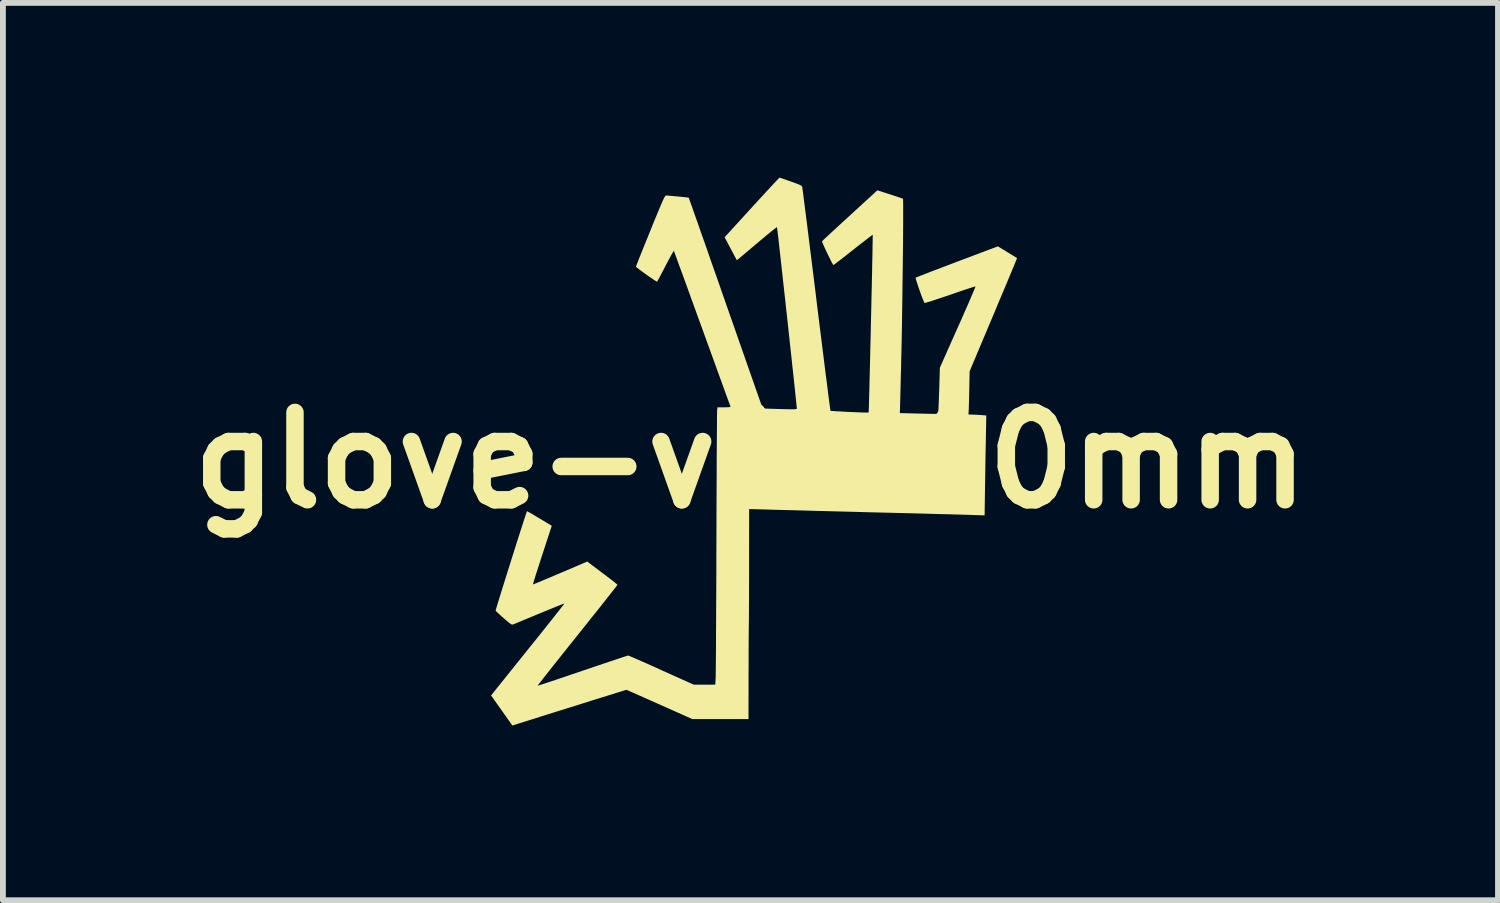
<source format=kicad_pcb>
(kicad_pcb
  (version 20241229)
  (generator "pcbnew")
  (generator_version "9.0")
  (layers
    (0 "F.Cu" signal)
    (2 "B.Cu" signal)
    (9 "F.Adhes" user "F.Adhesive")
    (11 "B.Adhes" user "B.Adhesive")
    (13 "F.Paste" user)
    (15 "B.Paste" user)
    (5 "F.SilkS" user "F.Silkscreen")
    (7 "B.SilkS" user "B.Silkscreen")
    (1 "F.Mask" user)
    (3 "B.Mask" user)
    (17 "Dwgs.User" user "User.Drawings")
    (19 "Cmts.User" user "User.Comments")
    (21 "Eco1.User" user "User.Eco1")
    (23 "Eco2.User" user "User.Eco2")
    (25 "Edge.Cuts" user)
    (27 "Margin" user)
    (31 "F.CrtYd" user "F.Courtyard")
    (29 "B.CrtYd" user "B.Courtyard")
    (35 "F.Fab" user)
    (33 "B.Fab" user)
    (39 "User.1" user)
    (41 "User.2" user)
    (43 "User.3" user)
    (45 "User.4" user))
  (footprint "glove-v1-10mm"
    (layer "F.Cu")
    (at 9.836 4.853)
    (property "Reference" "glove-v1-10mm" (at 0 0 0) (layer "F.SilkS") (effects (font (size 1.5 1.5) (thickness 0.3))))
    (attr board_only exclude_from_pos_files exclude_from_bom)
    (fp_poly (pts (xy 0.512 -4.849) (xy 0.543 -4.839) (xy 0.588 -4.824) (xy 0.643 -4.804) (xy 0.694 -4.786) (xy 0.762 -4.762) (xy 0.811 -4.743) (xy 0.845 -4.729) (xy 0.867 -4.718) (xy 0.879 -4.707) (xy 0.886 -4.696) (xy 0.889 -4.687) (xy 0.891 -4.672) (xy 0.896 -4.636) (xy 0.904 -4.58) (xy 0.913 -4.505) (xy 0.925 -4.412) (xy 0.939 -4.302) (xy 0.955 -4.177) (xy 0.973 -4.038) (xy 0.992 -3.885) (xy 1.012 -3.721) (xy 1.034 -3.546) (xy 1.057 -3.362) (xy 1.081 -3.17) (xy 1.106 -2.97) (xy 1.131 -2.765) (xy 1.132 -2.756) (xy 1.157 -2.551) (xy 1.182 -2.352) (xy 1.206 -2.16) (xy 1.229 -1.976) (xy 1.251 -1.803) (xy 1.271 -1.64) (xy 1.29 -1.489) (xy 1.308 -1.351) (xy 1.324 -1.227) (xy 1.337 -1.119) (xy 1.349 -1.027) (xy 1.359 -0.954) (xy 1.366 -0.899) (xy 1.371 -0.864) (xy 1.374 -0.851) (xy 1.374 -0.851) (xy 1.386 -0.848) (xy 1.418 -0.846) (xy 1.466 -0.842) (xy 1.525 -0.839) (xy 1.593 -0.835) (xy 1.667 -0.831) (xy 1.742 -0.828) (xy 1.815 -0.825) (xy 1.882 -0.822) (xy 1.941 -0.82) (xy 1.988 -0.819) (xy 2.018 -0.82) (xy 2.029 -0.821) (xy 2.03 -0.832) (xy 2.031 -0.865) (xy 2.033 -0.917) (xy 2.035 -0.988) (xy 2.037 -1.074) (xy 2.04 -1.175) (xy 2.043 -1.29) (xy 2.046 -1.416) (xy 2.049 -1.551) (xy 2.053 -1.695) (xy 2.056 -1.846) (xy 2.06 -2.001) (xy 2.064 -2.161) (xy 2.067 -2.322) (xy 2.071 -2.483) (xy 2.075 -2.643) (xy 2.078 -2.8) (xy 2.082 -2.952) (xy 2.085 -3.098) (xy 2.088 -3.236) (xy 2.09 -3.365) (xy 2.093 -3.483) (xy 2.095 -3.589) (xy 2.096 -3.68) (xy 2.098 -3.755) (xy 2.098 -3.813) (xy 2.099 -3.852) (xy 2.099 -3.87) (xy 2.099 -3.872) (xy 2.089 -3.866) (xy 2.064 -3.847) (xy 2.025 -3.818) (xy 1.974 -3.778) (xy 1.913 -3.731) (xy 1.844 -3.678) (xy 1.77 -3.619) (xy 1.764 -3.614) (xy 1.688 -3.555) (xy 1.619 -3.5) (xy 1.557 -3.452) (xy 1.504 -3.412) (xy 1.463 -3.38) (xy 1.436 -3.36) (xy 1.424 -3.353) (xy 1.424 -3.353) (xy 1.416 -3.362) (xy 1.401 -3.389) (xy 1.38 -3.429) (xy 1.356 -3.478) (xy 1.329 -3.532) (xy 1.302 -3.588) (xy 1.277 -3.642) (xy 1.256 -3.69) (xy 1.239 -3.728) (xy 1.23 -3.752) (xy 1.229 -3.759) (xy 1.232 -3.762) (xy 1.239 -3.77) (xy 1.253 -3.784) (xy 1.272 -3.803) (xy 1.3 -3.828) (xy 1.336 -3.862) (xy 1.382 -3.905) (xy 1.439 -3.957) (xy 1.507 -4.02) (xy 1.588 -4.094) (xy 1.683 -4.181) (xy 1.793 -4.282) (xy 1.916 -4.395) (xy 2.179 -4.635) (xy 2.393 -4.567) (xy 2.46 -4.545) (xy 2.519 -4.525) (xy 2.567 -4.509) (xy 2.601 -4.496) (xy 2.618 -4.489) (xy 2.618 -4.489) (xy 2.62 -4.476) (xy 2.621 -4.442) (xy 2.622 -4.387) (xy 2.622 -4.313) (xy 2.622 -4.221) (xy 2.622 -4.113) (xy 2.621 -3.988) (xy 2.62 -3.849) (xy 2.619 -3.697) (xy 2.617 -3.533) (xy 2.615 -3.362) (xy 2.612 -3.134) (xy 2.609 -2.925) (xy 2.607 -2.734) (xy 2.604 -2.555) (xy 2.602 -2.388) (xy 2.599 -2.228) (xy 2.596 -2.072) (xy 2.593 -1.918) (xy 2.589 -1.763) (xy 2.586 -1.603) (xy 2.581 -1.435) (xy 2.577 -1.256) (xy 2.573 -1.101) (xy 2.565 -0.81) (xy 2.891 -0.802) (xy 2.975 -0.8) (xy 3.051 -0.798) (xy 3.117 -0.797) (xy 3.169 -0.797) (xy 3.205 -0.797) (xy 3.222 -0.798) (xy 3.222 -0.798) (xy 3.224 -0.81) (xy 3.226 -0.842) (xy 3.228 -0.892) (xy 3.231 -0.956) (xy 3.234 -1.033) (xy 3.237 -1.119) (xy 3.24 -1.197) (xy 3.252 -1.59) (xy 3.562 -2.287) (xy 3.615 -2.405) (xy 3.664 -2.517) (xy 3.71 -2.621) (xy 3.751 -2.715) (xy 3.787 -2.799) (xy 3.817 -2.869) (xy 3.84 -2.924) (xy 3.856 -2.963) (xy 3.864 -2.983) (xy 3.864 -2.986) (xy 3.852 -2.983) (xy 3.821 -2.974) (xy 3.773 -2.958) (xy 3.71 -2.938) (xy 3.636 -2.913) (xy 3.551 -2.884) (xy 3.459 -2.852) (xy 3.427 -2.841) (xy 3.332 -2.809) (xy 3.245 -2.78) (xy 3.167 -2.754) (xy 3.1 -2.732) (xy 3.047 -2.716) (xy 3.009 -2.705) (xy 2.99 -2.701) (xy 2.988 -2.702) (xy 2.98 -2.717) (xy 2.966 -2.75) (xy 2.948 -2.795) (xy 2.928 -2.848) (xy 2.907 -2.907) (xy 2.886 -2.966) (xy 2.868 -3.022) (xy 2.852 -3.07) (xy 2.841 -3.108) (xy 2.836 -3.13) (xy 2.836 -3.135) (xy 2.849 -3.141) (xy 2.88 -3.153) (xy 2.93 -3.173) (xy 2.995 -3.198) (xy 3.074 -3.229) (xy 3.166 -3.264) (xy 3.268 -3.303) (xy 3.379 -3.345) (xy 3.497 -3.39) (xy 3.547 -3.409) (xy 4.248 -3.673) (xy 4.411 -3.574) (xy 4.465 -3.541) (xy 4.512 -3.512) (xy 4.549 -3.49) (xy 4.571 -3.476) (xy 4.577 -3.472) (xy 4.573 -3.462) (xy 4.561 -3.432) (xy 4.542 -3.384) (xy 4.515 -3.319) (xy 4.482 -3.239) (xy 4.443 -3.146) (xy 4.399 -3.04) (xy 4.35 -2.924) (xy 4.297 -2.798) (xy 4.241 -2.665) (xy 4.183 -2.525) (xy 4.172 -2.499) (xy 3.763 -1.529) (xy 3.756 -1.182) (xy 3.754 -1.094) (xy 3.752 -1.013) (xy 3.75 -0.941) (xy 3.748 -0.882) (xy 3.746 -0.839) (xy 3.744 -0.814) (xy 3.744 -0.81) (xy 3.742 -0.795) (xy 3.75 -0.787) (xy 3.771 -0.784) (xy 3.798 -0.784) (xy 3.84 -0.783) (xy 3.893 -0.781) (xy 3.947 -0.777) (xy 3.954 -0.777) (xy 4.049 -0.769) (xy 4.042 -0.393) (xy 4.04 -0.292) (xy 4.038 -0.175) (xy 4.035 -0.045) (xy 4.033 0.091) (xy 4.031 0.227) (xy 4.029 0.358) (xy 4.027 0.465) (xy 4.02 0.946) (xy 3.797 0.939) (xy 3.753 0.937) (xy 3.688 0.936) (xy 3.605 0.933) (xy 3.505 0.93) (xy 3.39 0.927) (xy 3.262 0.924) (xy 3.124 0.92) (xy 2.977 0.916) (xy 2.823 0.912) (xy 2.664 0.908) (xy 2.502 0.904) (xy 2.472 0.903) (xy 2.304 0.899) (xy 2.136 0.895) (xy 1.968 0.891) (xy 1.804 0.886) (xy 1.646 0.882) (xy 1.497 0.878) (xy 1.358 0.875) (xy 1.232 0.871) (xy 1.122 0.869) (xy 1.03 0.866) (xy 0.96 0.864) (xy 0.849 0.861) (xy 0.731 0.858) (xy 0.611 0.855) (xy 0.495 0.852) (xy 0.388 0.849) (xy 0.296 0.846) (xy 0.264 0.845) (xy -0.023 0.838) (xy -0.024 1.822) (xy -0.024 1.97) (xy -0.025 2.111) (xy -0.025 2.245) (xy -0.025 2.368) (xy -0.026 2.48) (xy -0.026 2.579) (xy -0.027 2.663) (xy -0.027 2.73) (xy -0.028 2.78) (xy -0.028 2.81) (xy -0.028 2.818) (xy -0.029 2.831) (xy -0.029 2.865) (xy -0.03 2.918) (xy -0.03 2.988) (xy -0.031 3.074) (xy -0.031 3.173) (xy -0.032 3.284) (xy -0.032 3.404) (xy -0.032 3.533) (xy -0.033 3.637) (xy -0.034 4.444) (xy -0.516 4.444) (xy -0.998 4.444) (xy -1.563 4.192) (xy -2.128 3.941) (xy -2.175 3.955) (xy -2.194 3.961) (xy -2.233 3.973) (xy -2.29 3.99) (xy -2.362 4.013) (xy -2.448 4.04) (xy -2.545 4.07) (xy -2.652 4.103) (xy -2.767 4.139) (xy -2.887 4.177) (xy -3.01 4.216) (xy -3.136 4.255) (xy -3.261 4.294) (xy -3.383 4.332) (xy -3.501 4.369) (xy -3.612 4.404) (xy -3.715 4.437) (xy -3.808 4.466) (xy -3.888 4.491) (xy -3.954 4.511) (xy -4.003 4.527) (xy -4.033 4.537) (xy -4.042 4.539) (xy -4.088 4.555) (xy -4.214 4.377) (xy -4.258 4.315) (xy -4.302 4.252) (xy -4.343 4.195) (xy -4.377 4.147) (xy -4.397 4.119) (xy -4.454 4.038) (xy -3.823 3.251) (xy -3.729 3.135) (xy -3.64 3.024) (xy -3.556 2.919) (xy -3.479 2.821) (xy -3.408 2.733) (xy -3.346 2.654) (xy -3.294 2.588) (xy -3.251 2.533) (xy -3.22 2.493) (xy -3.201 2.468) (xy -3.196 2.46) (xy -3.207 2.463) (xy -3.237 2.474) (xy -3.283 2.492) (xy -3.344 2.517) (xy -3.416 2.546) (xy -3.499 2.58) (xy -3.589 2.617) (xy -3.626 2.632) (xy -3.719 2.671) (xy -3.807 2.707) (xy -3.886 2.74) (xy -3.955 2.769) (xy -4.011 2.792) (xy -4.051 2.809) (xy -4.074 2.818) (xy -4.077 2.819) (xy -4.089 2.821) (xy -4.103 2.818) (xy -4.123 2.806) (xy -4.151 2.785) (xy -4.19 2.753) (xy -4.239 2.71) (xy -4.285 2.669) (xy -4.325 2.633) (xy -4.355 2.605) (xy -4.372 2.587) (xy -4.376 2.582) (xy -4.373 2.569) (xy -4.363 2.536) (xy -4.348 2.485) (xy -4.328 2.42) (xy -4.304 2.341) (xy -4.276 2.25) (xy -4.245 2.15) (xy -4.211 2.042) (xy -4.176 1.93) (xy -4.139 1.813) (xy -4.102 1.695) (xy -4.065 1.578) (xy -4.029 1.464) (xy -3.994 1.354) (xy -3.961 1.25) (xy -3.93 1.155) (xy -3.903 1.071) (xy -3.88 0.999) (xy -3.861 0.942) (xy -3.847 0.901) (xy -3.839 0.879) (xy -3.837 0.875) (xy -3.825 0.881) (xy -3.796 0.896) (xy -3.754 0.92) (xy -3.702 0.951) (xy -3.642 0.987) (xy -3.62 1) (xy -3.412 1.125) (xy -3.576 1.626) (xy -3.609 1.728) (xy -3.64 1.824) (xy -3.668 1.91) (xy -3.692 1.985) (xy -3.711 2.047) (xy -3.725 2.093) (xy -3.734 2.123) (xy -3.736 2.132) (xy -3.725 2.128) (xy -3.695 2.117) (xy -3.649 2.098) (xy -3.588 2.073) (xy -3.515 2.042) (xy -3.431 2.007) (xy -3.34 1.968) (xy -3.268 1.938) (xy -2.803 1.739) (xy -2.544 1.934) (xy -2.477 1.984) (xy -2.417 2.03) (xy -2.365 2.07) (xy -2.324 2.103) (xy -2.297 2.126) (xy -2.285 2.137) (xy -2.284 2.138) (xy -2.291 2.148) (xy -2.311 2.175) (xy -2.344 2.217) (xy -2.388 2.273) (xy -2.442 2.341) (xy -2.505 2.422) (xy -2.577 2.513) (xy -2.657 2.613) (xy -2.743 2.72) (xy -2.834 2.835) (xy -2.93 2.955) (xy -2.972 3.008) (xy -3.07 3.13) (xy -3.163 3.246) (xy -3.251 3.357) (xy -3.333 3.46) (xy -3.408 3.554) (xy -3.475 3.639) (xy -3.533 3.712) (xy -3.58 3.773) (xy -3.617 3.82) (xy -3.642 3.853) (xy -3.655 3.869) (xy -3.656 3.871) (xy -3.645 3.868) (xy -3.614 3.859) (xy -3.565 3.843) (xy -3.499 3.821) (xy -3.419 3.795) (xy -3.326 3.764) (xy -3.222 3.729) (xy -3.108 3.69) (xy -2.987 3.649) (xy -2.883 3.614) (xy -2.756 3.571) (xy -2.636 3.53) (xy -2.523 3.492) (xy -2.42 3.457) (xy -2.328 3.427) (xy -2.249 3.4) (xy -2.185 3.379) (xy -2.138 3.364) (xy -2.109 3.355) (xy -2.1 3.353) (xy -2.087 3.357) (xy -2.056 3.37) (xy -2.007 3.391) (xy -1.944 3.418) (xy -1.868 3.452) (xy -1.781 3.49) (xy -1.685 3.533) (xy -1.582 3.579) (xy -1.53 3.603) (xy -0.974 3.853) (xy -0.789 3.853) (xy -0.605 3.853) (xy -0.598 3.742) (xy -0.597 3.719) (xy -0.597 3.675) (xy -0.596 3.611) (xy -0.595 3.527) (xy -0.594 3.425) (xy -0.593 3.307) (xy -0.592 3.172) (xy -0.592 3.023) (xy -0.591 2.861) (xy -0.59 2.686) (xy -0.589 2.5) (xy -0.588 2.304) (xy -0.587 2.099) (xy -0.586 1.887) (xy -0.586 1.668) (xy -0.585 1.444) (xy -0.585 1.404) (xy -0.584 1.18) (xy -0.584 0.961) (xy -0.583 0.75) (xy -0.582 0.547) (xy -0.581 0.353) (xy -0.58 0.169) (xy -0.58 -0.004) (xy -0.579 -0.164) (xy -0.578 -0.311) (xy -0.577 -0.443) (xy -0.576 -0.559) (xy -0.575 -0.659) (xy -0.575 -0.74) (xy -0.574 -0.802) (xy -0.573 -0.844) (xy -0.573 -0.865) (xy -0.572 -0.867) (xy -0.566 -0.909) (xy -0.452 -0.909) (xy -0.4 -0.91) (xy -0.367 -0.912) (xy -0.349 -0.915) (xy -0.344 -0.921) (xy -0.345 -0.926) (xy -0.349 -0.938) (xy -0.361 -0.971) (xy -0.38 -1.022) (xy -0.405 -1.091) (xy -0.436 -1.176) (xy -0.472 -1.276) (xy -0.513 -1.389) (xy -0.559 -1.515) (xy -0.608 -1.651) (xy -0.661 -1.797) (xy -0.717 -1.952) (xy -0.776 -2.113) (xy -0.83 -2.264) (xy -0.891 -2.43) (xy -0.949 -2.591) (xy -1.005 -2.744) (xy -1.057 -2.889) (xy -1.106 -3.024) (xy -1.151 -3.148) (xy -1.192 -3.259) (xy -1.228 -3.357) (xy -1.258 -3.44) (xy -1.282 -3.506) (xy -1.3 -3.555) (xy -1.311 -3.585) (xy -1.315 -3.595) (xy -1.322 -3.588) (xy -1.337 -3.563) (xy -1.36 -3.523) (xy -1.389 -3.471) (xy -1.422 -3.408) (xy -1.459 -3.338) (xy -1.496 -3.266) (xy -1.53 -3.202) (xy -1.559 -3.147) (xy -1.582 -3.104) (xy -1.597 -3.077) (xy -1.604 -3.067) (xy -1.615 -3.071) (xy -1.641 -3.087) (xy -1.679 -3.112) (xy -1.724 -3.143) (xy -1.773 -3.177) (xy -1.823 -3.213) (xy -1.871 -3.248) (xy -1.912 -3.279) (xy -1.944 -3.303) (xy -1.963 -3.32) (xy -1.966 -3.324) (xy -1.962 -3.336) (xy -1.95 -3.368) (xy -1.931 -3.417) (xy -1.906 -3.481) (xy -1.875 -3.558) (xy -1.839 -3.647) (xy -1.799 -3.746) (xy -1.756 -3.852) (xy -1.72 -3.941) (xy -1.668 -4.07) (xy -1.623 -4.18) (xy -1.585 -4.272) (xy -1.553 -4.347) (xy -1.527 -4.408) (xy -1.507 -4.455) (xy -1.49 -4.491) (xy -1.477 -4.516) (xy -1.467 -4.532) (xy -1.459 -4.542) (xy -1.453 -4.546) (xy -1.45 -4.546) (xy -1.427 -4.545) (xy -1.388 -4.542) (xy -1.338 -4.538) (xy -1.281 -4.532) (xy -1.223 -4.527) (xy -1.168 -4.521) (xy -1.12 -4.516) (xy -1.083 -4.512) (xy -1.063 -4.509) (xy -1.06 -4.508) (xy -1.056 -4.497) (xy -1.045 -4.465) (xy -1.027 -4.415) (xy -1.002 -4.346) (xy -0.972 -4.26) (xy -0.936 -4.158) (xy -0.895 -4.042) (xy -0.85 -3.912) (xy -0.799 -3.769) (xy -0.745 -3.615) (xy -0.688 -3.45) (xy -0.627 -3.276) (xy -0.563 -3.095) (xy -0.497 -2.906) (xy -0.429 -2.711) (xy -0.424 -2.697) (xy -0.356 -2.502) (xy -0.289 -2.313) (xy -0.226 -2.131) (xy -0.165 -1.957) (xy -0.107 -1.792) (xy -0.053 -1.637) (xy -0.003 -1.494) (xy 0.043 -1.363) (xy 0.084 -1.245) (xy 0.12 -1.143) (xy 0.151 -1.056) (xy 0.175 -0.987) (xy 0.193 -0.935) (xy 0.205 -0.902) (xy 0.209 -0.89) (xy 0.209 -0.89) (xy 0.22 -0.889) (xy 0.251 -0.888) (xy 0.299 -0.886) (xy 0.36 -0.884) (xy 0.432 -0.882) (xy 0.503 -0.88) (xy 0.594 -0.877) (xy 0.664 -0.876) (xy 0.716 -0.876) (xy 0.753 -0.876) (xy 0.777 -0.878) (xy 0.791 -0.882) (xy 0.796 -0.886) (xy 0.796 -0.888) (xy 0.795 -0.903) (xy 0.791 -0.938) (xy 0.786 -0.993) (xy 0.778 -1.066) (xy 0.769 -1.154) (xy 0.758 -1.258) (xy 0.746 -1.374) (xy 0.732 -1.501) (xy 0.717 -1.638) (xy 0.702 -1.783) (xy 0.685 -1.935) (xy 0.668 -2.092) (xy 0.651 -2.252) (xy 0.633 -2.415) (xy 0.615 -2.577) (xy 0.598 -2.738) (xy 0.58 -2.897) (xy 0.563 -3.051) (xy 0.547 -3.199) (xy 0.531 -3.339) (xy 0.517 -3.47) (xy 0.503 -3.59) (xy 0.491 -3.698) (xy 0.481 -3.793) (xy 0.472 -3.871) (xy 0.464 -3.933) (xy 0.459 -3.976) (xy 0.456 -3.999) (xy 0.456 -4.002) (xy 0.446 -3.997) (xy 0.42 -3.979) (xy 0.382 -3.949) (xy 0.334 -3.91) (xy 0.276 -3.863) (xy 0.213 -3.81) (xy 0.188 -3.789) (xy 0.117 -3.729) (xy 0.048 -3.671) (xy -0.016 -3.617) (xy -0.073 -3.569) (xy -0.118 -3.531) (xy -0.151 -3.504) (xy -0.154 -3.501) (xy -0.234 -3.434) (xy -0.339 -3.632) (xy -0.444 -3.829) (xy 0.023 -4.341) (xy 0.106 -4.432) (xy 0.185 -4.518) (xy 0.258 -4.597) (xy 0.324 -4.668) (xy 0.381 -4.73) (xy 0.429 -4.781) (xy 0.465 -4.819) (xy 0.489 -4.843) (xy 0.499 -4.853) (xy 0.499 -4.853)) (stroke (width 0) (type solid)) (fill yes) (layer "F.SilkS")))
  (gr_rect
    (start -3 -3)
    (end 22.671 12.408)
    (stroke (width 0.1) (type default))
    (fill no)
    (layer "Edge.Cuts")))
</source>
